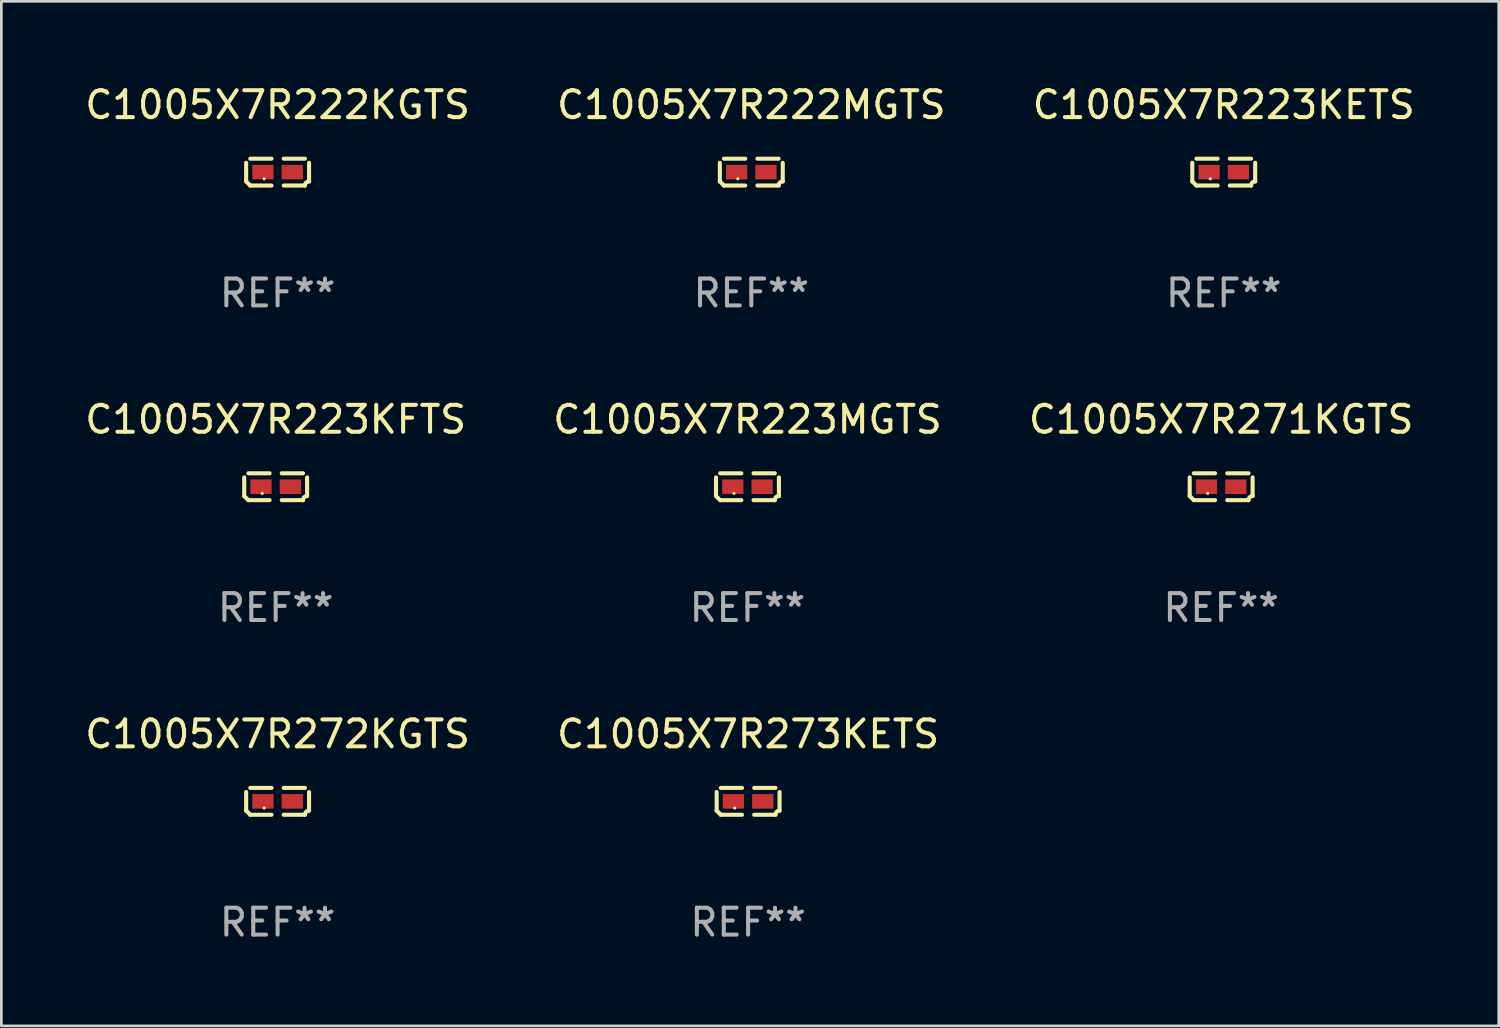
<source format=kicad_pcb>
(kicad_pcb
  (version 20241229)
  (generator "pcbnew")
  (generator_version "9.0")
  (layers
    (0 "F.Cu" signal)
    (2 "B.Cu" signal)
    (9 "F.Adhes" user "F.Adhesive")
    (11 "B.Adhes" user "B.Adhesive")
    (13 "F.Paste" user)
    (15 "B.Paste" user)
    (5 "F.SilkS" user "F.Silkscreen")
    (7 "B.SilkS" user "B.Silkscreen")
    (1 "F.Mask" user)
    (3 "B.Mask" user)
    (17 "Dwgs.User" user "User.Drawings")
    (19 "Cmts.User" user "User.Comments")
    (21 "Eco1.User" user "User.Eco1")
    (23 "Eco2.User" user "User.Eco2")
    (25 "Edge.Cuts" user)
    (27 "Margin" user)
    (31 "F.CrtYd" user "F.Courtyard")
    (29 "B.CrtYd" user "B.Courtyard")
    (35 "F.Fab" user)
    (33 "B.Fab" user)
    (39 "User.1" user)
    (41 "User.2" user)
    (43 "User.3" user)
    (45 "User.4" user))
  (footprint "C1005X7R272KGTS"
    (layer "F.Cu")
    (at 7.268 26.734)
    (property "Reference" "C1005X7R272KGTS" (at 0 -2.499 0) (layer "F.SilkS") (effects (font (size 1 1) (thickness 0.15))))
    (attr through_hole)
    (fp_line (start -1.169 0.346) (end -1.169 -0.346) (stroke (width 0.152) (type solid)) (layer "F.SilkS"))
    (fp_line (start -1.016 -0.499) (end -0.226 -0.499) (stroke (width 0.152) (type solid)) (layer "F.SilkS"))
    (fp_line (start -0.226 0.499) (end -1.016 0.499) (stroke (width 0.152) (type solid)) (layer "F.SilkS"))
    (fp_line (start 0.226 0.499) (end 1.016 0.499) (stroke (width 0.152) (type solid)) (layer "F.SilkS"))
    (fp_line (start 1.016 -0.499) (end 0.226 -0.499) (stroke (width 0.152) (type solid)) (layer "F.SilkS"))
    (fp_line (start 1.169 0.346) (end 1.169 -0.346) (stroke (width 0.152) (type solid)) (layer "F.SilkS"))
    (fp_arc (start -1.016307 0.498603) (mid -1.092512 0.422405) (end -1.16871 0.3462) (stroke (width 0.1524) (type solid)) (layer "F.SilkS"))
    (fp_arc (start 1.016307 0.498603) (mid 1.060899 0.390758) (end 1.168707 0.346076) (stroke (width 0.1524) (type solid)) (layer "F.SilkS"))
    (fp_circle (center -0.5 0.25) (end -0.47 0.25) (stroke (width 0.06) (type solid)) (fill no) (layer "F.SilkS"))
    (fp_text user "REF**" (at 0 4.499 0) (layer "F.Fab") (effects (font (size 1 1) (thickness 0.15))))
    (pad "1" smd rect (at -0.545 0) (size 0.79 0.54) (layers "F.Cu" "F.Mask" "F.Paste"))
    (pad "2" smd rect (at 0.545 0) (size 0.79 0.54) (layers "F.Cu" "F.Mask" "F.Paste")))
  (footprint "C1005X7R273KETS"
    (layer "F.Cu")
    (at 24.756 26.734)
    (property "Reference" "C1005X7R273KETS" (at 0 -2.499 0) (layer "F.SilkS") (effects (font (size 1 1) (thickness 0.15))))
    (attr through_hole)
    (fp_line (start -1.169 0.346) (end -1.169 -0.346) (stroke (width 0.152) (type solid)) (layer "F.SilkS"))
    (fp_line (start -1.016 -0.499) (end -0.226 -0.499) (stroke (width 0.152) (type solid)) (layer "F.SilkS"))
    (fp_line (start -0.226 0.499) (end -1.016 0.499) (stroke (width 0.152) (type solid)) (layer "F.SilkS"))
    (fp_line (start 0.226 0.499) (end 1.016 0.499) (stroke (width 0.152) (type solid)) (layer "F.SilkS"))
    (fp_line (start 1.016 -0.499) (end 0.226 -0.499) (stroke (width 0.152) (type solid)) (layer "F.SilkS"))
    (fp_line (start 1.169 0.346) (end 1.169 -0.346) (stroke (width 0.152) (type solid)) (layer "F.SilkS"))
    (fp_arc (start -1.016307 0.498603) (mid -1.092512 0.422405) (end -1.16871 0.3462) (stroke (width 0.1524) (type solid)) (layer "F.SilkS"))
    (fp_arc (start 1.016307 0.498603) (mid 1.060899 0.390758) (end 1.168707 0.346076) (stroke (width 0.1524) (type solid)) (layer "F.SilkS"))
    (fp_circle (center -0.5 0.25) (end -0.47 0.25) (stroke (width 0.06) (type solid)) (fill no) (layer "F.SilkS"))
    (fp_text user "REF**" (at 0 4.499 0) (layer "F.Fab") (effects (font (size 1 1) (thickness 0.15))))
    (pad "1" smd rect (at -0.545 0) (size 0.79 0.54) (layers "F.Cu" "F.Mask" "F.Paste"))
    (pad "2" smd rect (at 0.545 0) (size 0.79 0.54) (layers "F.Cu" "F.Mask" "F.Paste")))
  (footprint "C1005X7R223KETS"
    (layer "F.Cu")
    (at 42.435 3.347)
    (property "Reference" "C1005X7R223KETS" (at 0 -2.499 0) (layer "F.SilkS") (effects (font (size 1 1) (thickness 0.15))))
    (attr through_hole)
    (fp_line (start -1.169 0.346) (end -1.169 -0.346) (stroke (width 0.152) (type solid)) (layer "F.SilkS"))
    (fp_line (start -1.016 -0.499) (end -0.226 -0.499) (stroke (width 0.152) (type solid)) (layer "F.SilkS"))
    (fp_line (start -0.226 0.499) (end -1.016 0.499) (stroke (width 0.152) (type solid)) (layer "F.SilkS"))
    (fp_line (start 0.226 0.499) (end 1.016 0.499) (stroke (width 0.152) (type solid)) (layer "F.SilkS"))
    (fp_line (start 1.016 -0.499) (end 0.226 -0.499) (stroke (width 0.152) (type solid)) (layer "F.SilkS"))
    (fp_line (start 1.169 0.346) (end 1.169 -0.346) (stroke (width 0.152) (type solid)) (layer "F.SilkS"))
    (fp_arc (start -1.016307 0.498603) (mid -1.092512 0.422405) (end -1.16871 0.3462) (stroke (width 0.1524) (type solid)) (layer "F.SilkS"))
    (fp_arc (start 1.016307 0.498603) (mid 1.060899 0.390758) (end 1.168707 0.346076) (stroke (width 0.1524) (type solid)) (layer "F.SilkS"))
    (fp_circle (center -0.5 0.25) (end -0.47 0.25) (stroke (width 0.06) (type solid)) (fill no) (layer "F.SilkS"))
    (fp_text user "REF**" (at 0 4.499 0) (layer "F.Fab") (effects (font (size 1 1) (thickness 0.15))))
    (pad "1" smd rect (at -0.545 0) (size 0.79 0.54) (layers "F.Cu" "F.Mask" "F.Paste"))
    (pad "2" smd rect (at 0.545 0) (size 0.79 0.54) (layers "F.Cu" "F.Mask" "F.Paste")))
  (footprint "C1005X7R222KGTS"
    (layer "F.Cu")
    (at 7.268 3.347)
    (property "Reference" "C1005X7R222KGTS" (at 0 -2.499 0) (layer "F.SilkS") (effects (font (size 1 1) (thickness 0.15))))
    (attr through_hole)
    (fp_line (start -1.169 0.346) (end -1.169 -0.346) (stroke (width 0.152) (type solid)) (layer "F.SilkS"))
    (fp_line (start -1.016 -0.499) (end -0.226 -0.499) (stroke (width 0.152) (type solid)) (layer "F.SilkS"))
    (fp_line (start -0.226 0.499) (end -1.016 0.499) (stroke (width 0.152) (type solid)) (layer "F.SilkS"))
    (fp_line (start 0.226 0.499) (end 1.016 0.499) (stroke (width 0.152) (type solid)) (layer "F.SilkS"))
    (fp_line (start 1.016 -0.499) (end 0.226 -0.499) (stroke (width 0.152) (type solid)) (layer "F.SilkS"))
    (fp_line (start 1.169 0.346) (end 1.169 -0.346) (stroke (width 0.152) (type solid)) (layer "F.SilkS"))
    (fp_arc (start -1.016307 0.498603) (mid -1.092512 0.422405) (end -1.16871 0.3462) (stroke (width 0.1524) (type solid)) (layer "F.SilkS"))
    (fp_arc (start 1.016307 0.498603) (mid 1.060899 0.390758) (end 1.168707 0.346076) (stroke (width 0.1524) (type solid)) (layer "F.SilkS"))
    (fp_circle (center -0.5 0.25) (end -0.47 0.25) (stroke (width 0.06) (type solid)) (fill no) (layer "F.SilkS"))
    (fp_text user "REF**" (at 0 4.499 0) (layer "F.Fab") (effects (font (size 1 1) (thickness 0.15))))
    (pad "1" smd rect (at -0.545 0) (size 0.79 0.54) (layers "F.Cu" "F.Mask" "F.Paste"))
    (pad "2" smd rect (at 0.545 0) (size 0.79 0.54) (layers "F.Cu" "F.Mask" "F.Paste")))
  (footprint "C1005X7R223MGTS"
    (layer "F.Cu")
    (at 24.732 15.041)
    (property "Reference" "C1005X7R223MGTS" (at 0 -2.499 0) (layer "F.SilkS") (effects (font (size 1 1) (thickness 0.15))))
    (attr through_hole)
    (fp_line (start -1.169 0.346) (end -1.169 -0.346) (stroke (width 0.152) (type solid)) (layer "F.SilkS"))
    (fp_line (start -1.016 -0.499) (end -0.226 -0.499) (stroke (width 0.152) (type solid)) (layer "F.SilkS"))
    (fp_line (start -0.226 0.499) (end -1.016 0.499) (stroke (width 0.152) (type solid)) (layer "F.SilkS"))
    (fp_line (start 0.226 0.499) (end 1.016 0.499) (stroke (width 0.152) (type solid)) (layer "F.SilkS"))
    (fp_line (start 1.016 -0.499) (end 0.226 -0.499) (stroke (width 0.152) (type solid)) (layer "F.SilkS"))
    (fp_line (start 1.169 0.346) (end 1.169 -0.346) (stroke (width 0.152) (type solid)) (layer "F.SilkS"))
    (fp_arc (start -1.016307 0.498603) (mid -1.092512 0.422405) (end -1.16871 0.3462) (stroke (width 0.1524) (type solid)) (layer "F.SilkS"))
    (fp_arc (start 1.016307 0.498603) (mid 1.060899 0.390758) (end 1.168707 0.346076) (stroke (width 0.1524) (type solid)) (layer "F.SilkS"))
    (fp_circle (center -0.5 0.25) (end -0.47 0.25) (stroke (width 0.06) (type solid)) (fill no) (layer "F.SilkS"))
    (fp_text user "REF**" (at 0 4.499 0) (layer "F.Fab") (effects (font (size 1 1) (thickness 0.15))))
    (pad "1" smd rect (at -0.545 0) (size 0.79 0.54) (layers "F.Cu" "F.Mask" "F.Paste"))
    (pad "2" smd rect (at 0.545 0) (size 0.79 0.54) (layers "F.Cu" "F.Mask" "F.Paste")))
  (footprint "C1005X7R222MGTS"
    (layer "F.Cu")
    (at 24.875 3.347)
    (property "Reference" "C1005X7R222MGTS" (at 0 -2.499 0) (layer "F.SilkS") (effects (font (size 1 1) (thickness 0.15))))
    (attr through_hole)
    (fp_line (start -1.169 0.346) (end -1.169 -0.346) (stroke (width 0.152) (type solid)) (layer "F.SilkS"))
    (fp_line (start -1.016 -0.499) (end -0.226 -0.499) (stroke (width 0.152) (type solid)) (layer "F.SilkS"))
    (fp_line (start -0.226 0.499) (end -1.016 0.499) (stroke (width 0.152) (type solid)) (layer "F.SilkS"))
    (fp_line (start 0.226 0.499) (end 1.016 0.499) (stroke (width 0.152) (type solid)) (layer "F.SilkS"))
    (fp_line (start 1.016 -0.499) (end 0.226 -0.499) (stroke (width 0.152) (type solid)) (layer "F.SilkS"))
    (fp_line (start 1.169 0.346) (end 1.169 -0.346) (stroke (width 0.152) (type solid)) (layer "F.SilkS"))
    (fp_arc (start -1.016307 0.498603) (mid -1.092512 0.422405) (end -1.16871 0.3462) (stroke (width 0.1524) (type solid)) (layer "F.SilkS"))
    (fp_arc (start 1.016307 0.498603) (mid 1.060899 0.390758) (end 1.168707 0.346076) (stroke (width 0.1524) (type solid)) (layer "F.SilkS"))
    (fp_circle (center -0.5 0.25) (end -0.47 0.25) (stroke (width 0.06) (type solid)) (fill no) (layer "F.SilkS"))
    (fp_text user "REF**" (at 0 4.499 0) (layer "F.Fab") (effects (font (size 1 1) (thickness 0.15))))
    (pad "1" smd rect (at -0.545 0) (size 0.79 0.54) (layers "F.Cu" "F.Mask" "F.Paste"))
    (pad "2" smd rect (at 0.545 0) (size 0.79 0.54) (layers "F.Cu" "F.Mask" "F.Paste")))
  (footprint "C1005X7R223KFTS"
    (layer "F.Cu")
    (at 7.196 15.041)
    (property "Reference" "C1005X7R223KFTS" (at 0 -2.499 0) (layer "F.SilkS") (effects (font (size 1 1) (thickness 0.15))))
    (attr through_hole)
    (fp_line (start -1.169 0.346) (end -1.169 -0.346) (stroke (width 0.152) (type solid)) (layer "F.SilkS"))
    (fp_line (start -1.016 -0.499) (end -0.226 -0.499) (stroke (width 0.152) (type solid)) (layer "F.SilkS"))
    (fp_line (start -0.226 0.499) (end -1.016 0.499) (stroke (width 0.152) (type solid)) (layer "F.SilkS"))
    (fp_line (start 0.226 0.499) (end 1.016 0.499) (stroke (width 0.152) (type solid)) (layer "F.SilkS"))
    (fp_line (start 1.016 -0.499) (end 0.226 -0.499) (stroke (width 0.152) (type solid)) (layer "F.SilkS"))
    (fp_line (start 1.169 0.346) (end 1.169 -0.346) (stroke (width 0.152) (type solid)) (layer "F.SilkS"))
    (fp_arc (start -1.016307 0.498603) (mid -1.092512 0.422405) (end -1.16871 0.3462) (stroke (width 0.1524) (type solid)) (layer "F.SilkS"))
    (fp_arc (start 1.016307 0.498603) (mid 1.060899 0.390758) (end 1.168707 0.346076) (stroke (width 0.1524) (type solid)) (layer "F.SilkS"))
    (fp_circle (center -0.5 0.25) (end -0.47 0.25) (stroke (width 0.06) (type solid)) (fill no) (layer "F.SilkS"))
    (fp_text user "REF**" (at 0 4.499 0) (layer "F.Fab") (effects (font (size 1 1) (thickness 0.15))))
    (pad "1" smd rect (at -0.545 0) (size 0.79 0.54) (layers "F.Cu" "F.Mask" "F.Paste"))
    (pad "2" smd rect (at 0.545 0) (size 0.79 0.54) (layers "F.Cu" "F.Mask" "F.Paste")))
  (footprint "C1005X7R271KGTS"
    (layer "F.Cu")
    (at 42.339 15.041)
    (property "Reference" "C1005X7R271KGTS" (at 0 -2.499 0) (layer "F.SilkS") (effects (font (size 1 1) (thickness 0.15))))
    (attr through_hole)
    (fp_line (start -1.169 0.346) (end -1.169 -0.346) (stroke (width 0.152) (type solid)) (layer "F.SilkS"))
    (fp_line (start -1.016 -0.499) (end -0.226 -0.499) (stroke (width 0.152) (type solid)) (layer "F.SilkS"))
    (fp_line (start -0.226 0.499) (end -1.016 0.499) (stroke (width 0.152) (type solid)) (layer "F.SilkS"))
    (fp_line (start 0.226 0.499) (end 1.016 0.499) (stroke (width 0.152) (type solid)) (layer "F.SilkS"))
    (fp_line (start 1.016 -0.499) (end 0.226 -0.499) (stroke (width 0.152) (type solid)) (layer "F.SilkS"))
    (fp_line (start 1.169 0.346) (end 1.169 -0.346) (stroke (width 0.152) (type solid)) (layer "F.SilkS"))
    (fp_arc (start -1.016307 0.498603) (mid -1.092512 0.422405) (end -1.16871 0.3462) (stroke (width 0.1524) (type solid)) (layer "F.SilkS"))
    (fp_arc (start 1.016307 0.498603) (mid 1.060899 0.390758) (end 1.168707 0.346076) (stroke (width 0.1524) (type solid)) (layer "F.SilkS"))
    (fp_circle (center -0.5 0.25) (end -0.47 0.25) (stroke (width 0.06) (type solid)) (fill no) (layer "F.SilkS"))
    (fp_text user "REF**" (at 0 4.499 0) (layer "F.Fab") (effects (font (size 1 1) (thickness 0.15))))
    (pad "1" smd rect (at -0.545 0) (size 0.79 0.54) (layers "F.Cu" "F.Mask" "F.Paste"))
    (pad "2" smd rect (at 0.545 0) (size 0.79 0.54) (layers "F.Cu" "F.Mask" "F.Paste")))
  (gr_rect
    (start -3 -3)
    (end 52.655 35.081)
    (stroke (width 0.1) (type default))
    (fill no)
    (layer "Edge.Cuts")))
</source>
